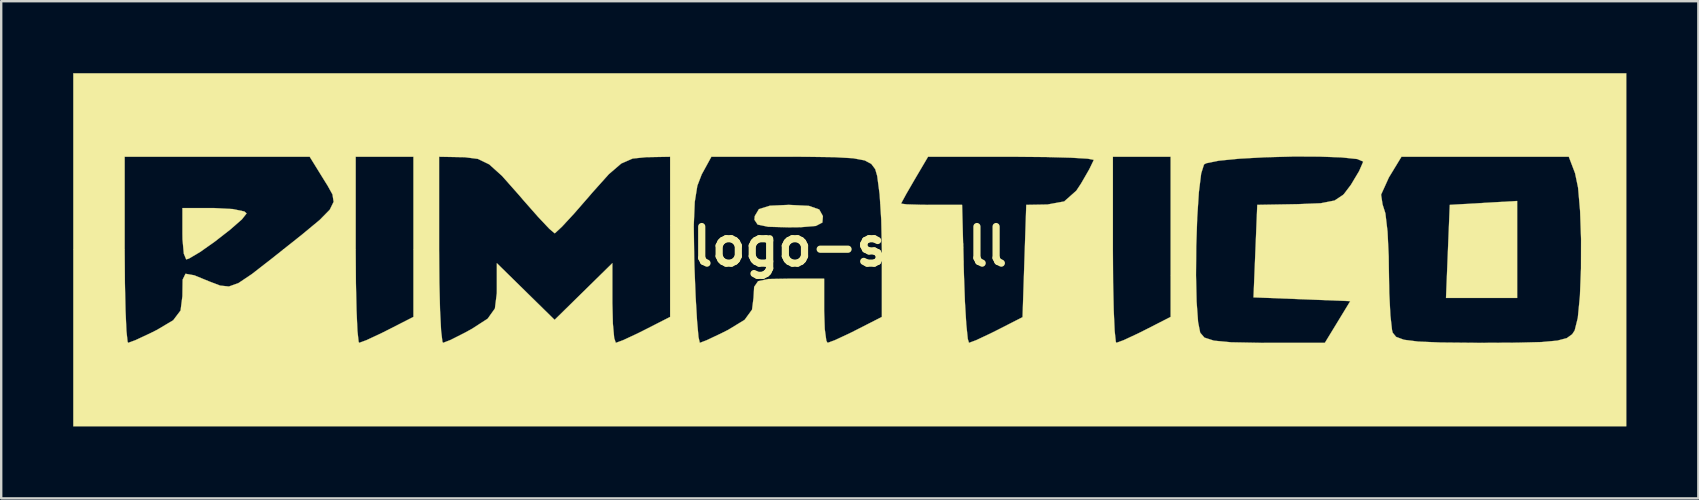
<source format=kicad_pcb>
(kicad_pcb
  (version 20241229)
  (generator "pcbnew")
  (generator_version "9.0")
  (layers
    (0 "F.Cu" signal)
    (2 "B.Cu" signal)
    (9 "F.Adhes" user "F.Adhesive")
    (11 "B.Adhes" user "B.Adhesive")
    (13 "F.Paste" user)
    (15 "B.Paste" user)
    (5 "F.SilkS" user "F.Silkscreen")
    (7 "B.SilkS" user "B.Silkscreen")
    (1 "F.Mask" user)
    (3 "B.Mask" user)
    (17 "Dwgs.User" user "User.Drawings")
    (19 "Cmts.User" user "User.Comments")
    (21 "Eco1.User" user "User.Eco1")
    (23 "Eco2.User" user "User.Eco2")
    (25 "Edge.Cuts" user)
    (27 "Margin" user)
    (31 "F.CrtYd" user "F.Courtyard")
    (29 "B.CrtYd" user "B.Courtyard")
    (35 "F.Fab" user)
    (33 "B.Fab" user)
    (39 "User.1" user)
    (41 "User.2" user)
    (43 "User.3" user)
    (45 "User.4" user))
  (footprint "logo-small"
    (layer "F.Cu")
    (at 32.357 7.224)
    (property "Reference" "logo-small" (at 0 0 0) (layer "F.SilkS") (effects (font (size 1.524 1.524) (thickness 0.3))))
    (attr through_hole)
    (fp_poly (pts (xy 27.806 2.139) (xy 24.842 2.139) (xy 24.92 0.201) (xy 24.999 -1.738) (xy 26.403 -1.819) (xy 27.806 -1.9) (xy 27.806 2.139)) (stroke (width 0.01) (type solid)) (fill yes) (layer "F.SilkS"))
    (fp_poly (pts (xy -25.707 -1.564) (xy -25.223 -1.462) (xy -25.133 -1.382) (xy -25.33 -1.132) (xy -25.822 -0.702) (xy -26.454 -0.21) (xy -27.076 0.229) (xy -27.534 0.499) (xy -27.649 0.535) (xy -27.748 0.297) (xy -27.802 -0.296) (xy -27.806 -0.535) (xy -27.806 -1.604) (xy -26.469 -1.604) (xy -25.707 -1.564)) (stroke (width 0.01) (type solid)) (fill yes) (layer "F.SilkS"))
    (fp_poly (pts (xy -1.705 -1.697) (xy -1.273 -1.546) (xy -1.12 -1.27) (xy -1.142 -1.002) (xy -1.413 -0.86) (xy -2.048 -0.807) (xy -2.54 -0.802) (xy -3.4 -0.825) (xy -3.84 -0.917) (xy -3.973 -1.117) (xy -3.96 -1.27) (xy -3.787 -1.561) (xy -3.331 -1.703) (xy -2.54 -1.738) (xy -1.705 -1.697)) (stroke (width 0.01) (type solid)) (fill yes) (layer "F.SilkS"))
    (fp_poly (pts (xy 32.352 7.486) (xy -32.352 7.486) (xy -32.352 -3.743) (xy -30.213 -3.743) (xy -30.213 0.134) (xy -30.203 1.504) (xy -30.177 2.662) (xy -30.139 3.513) (xy -30.091 3.964) (xy -30.068 4.011) (xy -29.763 3.899) (xy -29.163 3.619) (xy -28.865 3.47) (xy -28.191 3.07) (xy -27.884 2.664) (xy -27.807 2.064) (xy -27.806 2) (xy -27.797 1.377) (xy -27.678 1.132) (xy -27.313 1.196) (xy -26.686 1.453) (xy -26.235 1.625) (xy -25.869 1.663) (xy -25.468 1.518) (xy -24.91 1.144) (xy -24.073 0.493) (xy -23.913 0.366) (xy -22.82 -0.502) (xy -22.088 -1.109) (xy -21.667 -1.537) (xy -21.506 -1.865) (xy -21.554 -2.174) (xy -21.76 -2.544) (xy -21.911 -2.785) (xy -22.503 -3.743) (xy -20.587 -3.743) (xy -20.587 0.134) (xy -20.578 1.504) (xy -20.552 2.662) (xy -20.514 3.513) (xy -20.465 3.964) (xy -20.443 4.011) (xy -20.138 3.899) (xy -19.537 3.619) (xy -19.24 3.47) (xy -18.181 2.93) (xy -18.181 -3.743) (xy -17.112 -3.743) (xy -17.112 0.134) (xy -17.101 1.504) (xy -17.072 2.662) (xy -17.028 3.513) (xy -16.973 3.964) (xy -16.947 4.011) (xy -16.634 3.89) (xy -16.037 3.588) (xy -15.744 3.427) (xy -15.088 3.004) (xy -14.787 2.581) (xy -14.707 1.942) (xy -14.705 1.767) (xy -14.705 0.691) (xy -12.299 3.052) (xy -9.893 0.691) (xy -9.893 2.351) (xy -9.871 3.213) (xy -9.816 3.813) (xy -9.748 4.011) (xy -9.443 3.899) (xy -8.843 3.619) (xy -8.545 3.47) (xy -7.486 2.93) (xy -7.486 -0.881) (xy -6.501 -0.881) (xy -6.482 0.506) (xy -6.472 0.869) (xy -6.423 2.093) (xy -6.364 3.095) (xy -6.304 3.769) (xy -6.249 4.011) (xy -5.959 3.9) (xy -5.369 3.621) (xy -5.069 3.47) (xy -4.382 3.052) (xy -4.073 2.627) (xy -4.011 2.134) (xy -3.985 1.678) (xy -3.822 1.441) (xy -3.39 1.351) (xy -2.556 1.337) (xy -1.069 1.337) (xy -1.069 2.674) (xy -1.043 3.437) (xy -0.977 3.921) (xy -0.925 4.011) (xy -0.62 3.899) (xy -0.019 3.619) (xy 0.278 3.47) (xy 1.337 2.93) (xy 1.337 0.111) (xy 1.311 -1.114) (xy 1.268 -1.789) (xy 2.139 -1.789) (xy 2.378 -1.759) (xy 2.989 -1.741) (xy 3.409 -1.738) (xy 4.679 -1.738) (xy 4.755 1.136) (xy 4.797 2.304) (xy 4.854 3.243) (xy 4.916 3.845) (xy 4.966 4.011) (xy 5.266 3.9) (xy 5.861 3.62) (xy 6.15 3.476) (xy 7.198 2.941) (xy 7.275 0.601) (xy 7.353 -1.738) (xy 8.233 -1.753) (xy 8.933 -1.881) (xy 9.439 -2.33) (xy 9.637 -2.629) (xy 9.976 -3.217) (xy 10.153 -3.583) (xy 10.16 -3.616) (xy 9.909 -3.663) (xy 9.223 -3.703) (xy 8.202 -3.731) (xy 6.945 -3.743) (xy 6.711 -3.743) (xy 10.962 -3.743) (xy 10.962 0.134) (xy 10.971 1.504) (xy 10.997 2.662) (xy 11.036 3.513) (xy 11.084 3.964) (xy 11.106 4.011) (xy 11.412 3.899) (xy 12.012 3.619) (xy 12.31 3.47) (xy 13.368 2.93) (xy 13.368 1.194) (xy 14.425 1.194) (xy 14.45 2.291) (xy 14.512 3.144) (xy 14.6 3.588) (xy 14.775 3.792) (xy 15.173 3.92) (xy 15.894 3.988) (xy 17.034 4.01) (xy 17.278 4.011) (xy 19.793 4.011) (xy 20.323 3.142) (xy 20.852 2.273) (xy 18.837 2.194) (xy 16.821 2.116) (xy 16.978 -1.738) (xy 18.673 -1.768) (xy 19.621 -1.806) (xy 20.199 -1.919) (xy 20.566 -2.163) (xy 22.136 -2.163) (xy 22.198 -1.758) (xy 22.316 -1.387) (xy 22.406 -0.621) (xy 22.454 0.399) (xy 22.459 0.834) (xy 22.477 1.941) (xy 22.525 2.874) (xy 22.593 3.479) (xy 22.621 3.588) (xy 22.763 3.762) (xy 23.088 3.882) (xy 23.68 3.957) (xy 24.621 3.997) (xy 25.994 4.01) (xy 26.355 4.011) (xy 27.81 4.004) (xy 28.821 3.978) (xy 29.479 3.918) (xy 29.874 3.814) (xy 30.098 3.653) (xy 30.203 3.493) (xy 30.333 2.97) (xy 30.421 2.061) (xy 30.466 0.916) (xy 30.469 -0.317) (xy 30.428 -1.491) (xy 30.344 -2.456) (xy 30.219 -3.057) (xy 29.958 -3.743) (xy 22.986 -3.743) (xy 22.462 -2.881) (xy 22.136 -2.163) (xy 20.566 -2.163) (xy 20.57 -2.166) (xy 20.877 -2.57) (xy 21.221 -3.145) (xy 21.385 -3.521) (xy 21.388 -3.543) (xy 21.143 -3.648) (xy 20.488 -3.716) (xy 19.546 -3.75) (xy 18.441 -3.751) (xy 17.295 -3.721) (xy 16.233 -3.663) (xy 15.377 -3.579) (xy 14.85 -3.472) (xy 14.759 -3.422) (xy 14.641 -3.048) (xy 14.545 -2.27) (xy 14.476 -1.217) (xy 14.435 -0.019) (xy 14.425 1.194) (xy 13.368 1.194) (xy 13.368 -3.743) (xy 10.962 -3.743) (xy 6.711 -3.743) (xy 3.261 -3.743) (xy 2.7 -2.792) (xy 2.352 -2.191) (xy 2.155 -1.829) (xy 2.139 -1.789) (xy 1.268 -1.789) (xy 1.243 -2.179) (xy 1.142 -2.944) (xy 1.06 -3.226) (xy 0.897 -3.444) (xy 0.621 -3.591) (xy 0.137 -3.681) (xy -0.65 -3.726) (xy -1.836 -3.742) (xy -2.492 -3.743) (xy -5.767 -3.743) (xy -6.17 -3.008) (xy -6.352 -2.535) (xy -6.46 -1.86) (xy -6.501 -0.881) (xy -7.486 -0.881) (xy -7.486 -3.743) (xy -8.489 -3.725) (xy -9.048 -3.668) (xy -9.522 -3.461) (xy -10.041 -3.015) (xy -10.735 -2.241) (xy -10.828 -2.131) (xy -11.478 -1.385) (xy -11.991 -0.83) (xy -12.276 -0.565) (xy -12.299 -0.555) (xy -12.523 -0.745) (xy -12.995 -1.246) (xy -13.623 -1.959) (xy -13.769 -2.131) (xy -14.492 -2.947) (xy -15.023 -3.425) (xy -15.496 -3.654) (xy -16.039 -3.723) (xy -16.109 -3.725) (xy -17.112 -3.743) (xy -18.181 -3.743) (xy -20.587 -3.743) (xy -22.503 -3.743) (xy -30.213 -3.743) (xy -32.352 -3.743) (xy -32.352 -7.219) (xy 32.352 -7.219) (xy 32.352 7.486)) (stroke (width 0.01) (type solid)) (fill yes) (layer "F.SilkS")))
  (gr_rect
    (start -3 -3)
    (end 67.713 17.715)
    (stroke (width 0.1) (type default))
    (fill no)
    (layer "Edge.Cuts")))
</source>
